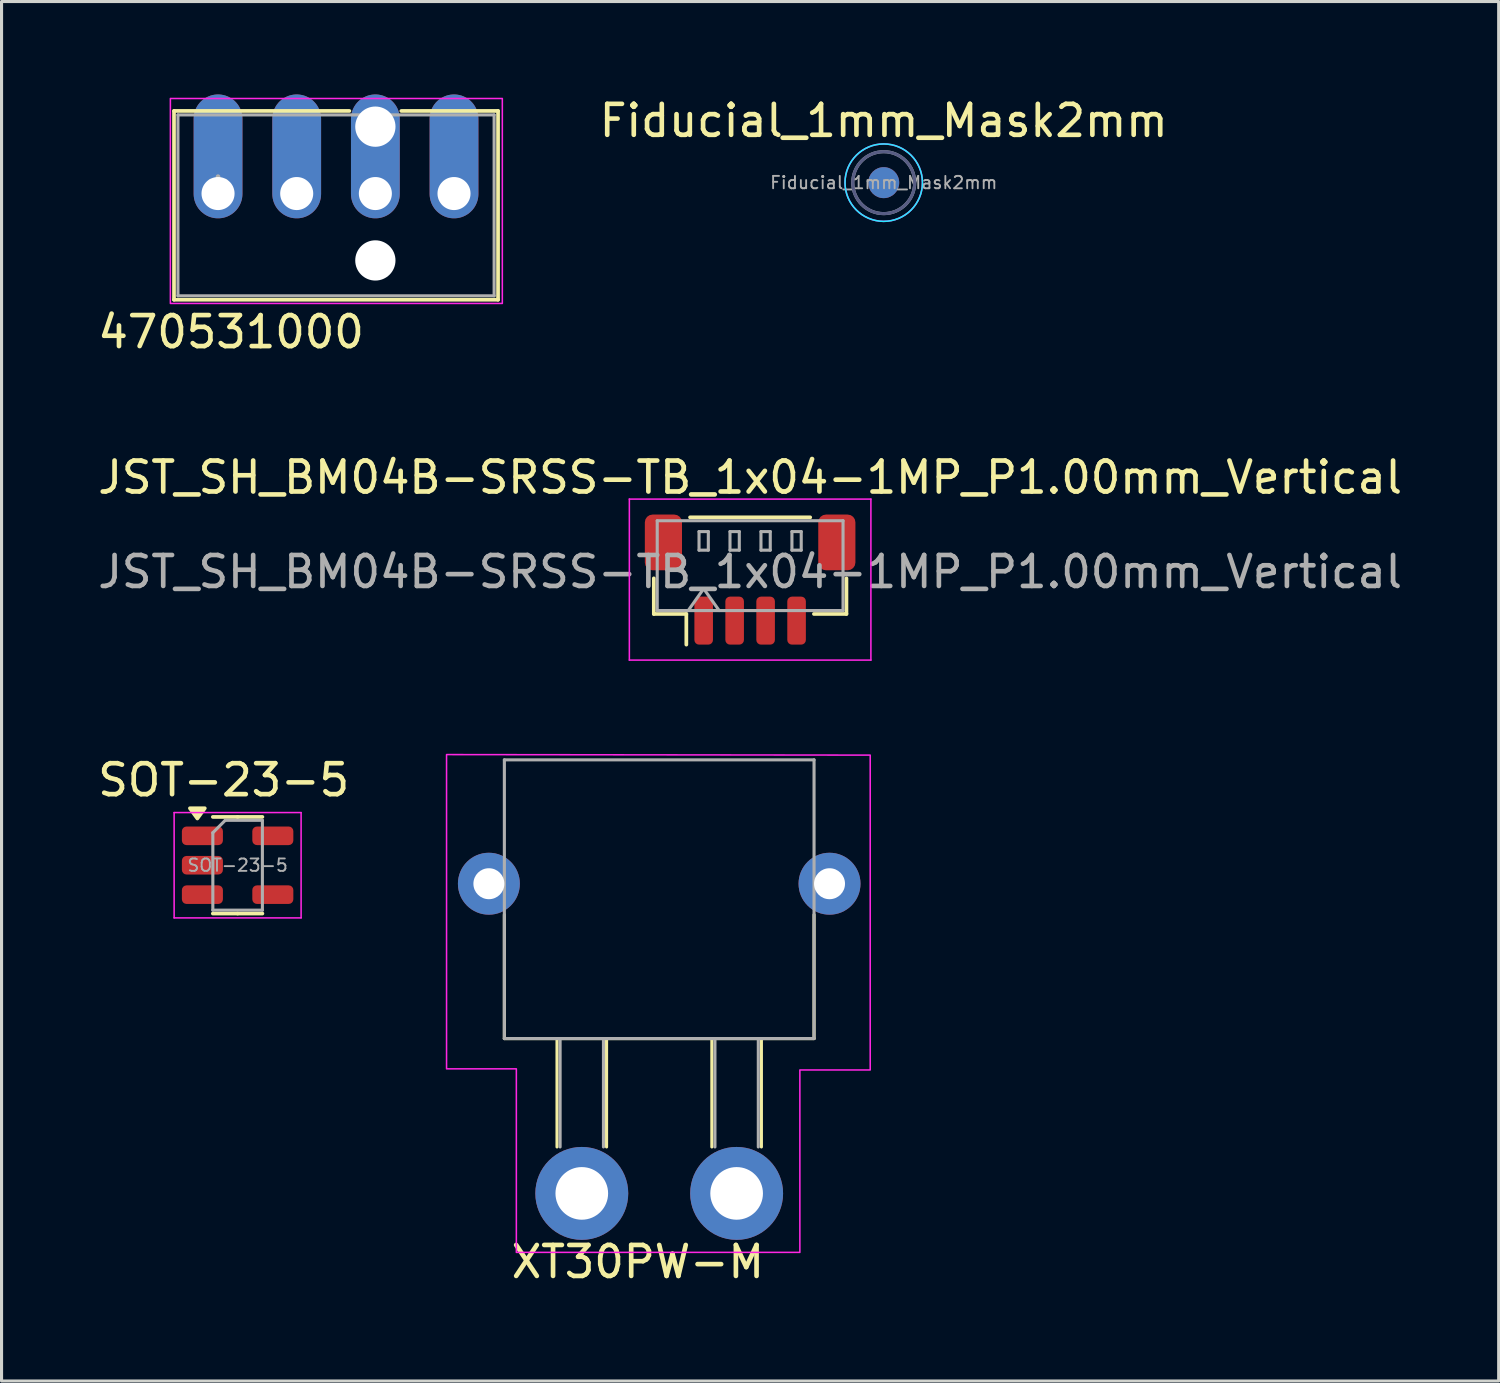
<source format=kicad_pcb>
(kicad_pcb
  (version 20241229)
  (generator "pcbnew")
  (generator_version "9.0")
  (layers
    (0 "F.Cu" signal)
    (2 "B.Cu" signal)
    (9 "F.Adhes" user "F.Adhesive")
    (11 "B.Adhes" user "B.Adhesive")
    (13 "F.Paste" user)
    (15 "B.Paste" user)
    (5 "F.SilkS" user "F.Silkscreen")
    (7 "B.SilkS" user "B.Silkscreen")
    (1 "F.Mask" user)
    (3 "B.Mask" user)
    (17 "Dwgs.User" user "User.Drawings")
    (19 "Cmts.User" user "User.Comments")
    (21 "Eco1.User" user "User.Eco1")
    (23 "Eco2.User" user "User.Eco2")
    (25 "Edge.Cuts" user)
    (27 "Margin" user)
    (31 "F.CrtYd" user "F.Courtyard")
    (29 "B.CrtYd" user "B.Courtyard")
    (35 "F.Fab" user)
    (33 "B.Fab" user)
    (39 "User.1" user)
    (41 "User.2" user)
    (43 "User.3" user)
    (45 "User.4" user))
  (footprint "SOT-23-5"
    (layer "F.Cu")
    (at 4.623 24.89)
    (property "Reference" "SOT-23-5" (at -0.45 -2.75 180) (layer "F.SilkS") (effects (font (size 1 1) (thickness 0.15))))
    (attr smd)
    (fp_line (start 0 -1.56) (end -0.8 -1.56) (stroke (width 0.12) (type solid)) (layer "F.SilkS"))
    (fp_line (start 0 -1.56) (end 0.8 -1.56) (stroke (width 0.12) (type solid)) (layer "F.SilkS"))
    (fp_line (start 0 1.56) (end -0.8 1.56) (stroke (width 0.12) (type solid)) (layer "F.SilkS"))
    (fp_line (start 0 1.56) (end 0.8 1.56) (stroke (width 0.12) (type solid)) (layer "F.SilkS"))
    (fp_poly (pts (xy -1.3 -1.51) (xy -1.54 -1.84) (xy -1.06 -1.84) (xy -1.3 -1.51)) (stroke (width 0.12) (type solid)) (fill yes) (layer "F.SilkS"))
    (fp_line (start -2.05 -1.7) (end -2.05 1.7) (stroke (width 0.05) (type solid)) (layer "F.CrtYd"))
    (fp_line (start -2.05 1.7) (end 2.05 1.7) (stroke (width 0.05) (type solid)) (layer "F.CrtYd"))
    (fp_line (start 2.05 -1.7) (end -2.05 -1.7) (stroke (width 0.05) (type solid)) (layer "F.CrtYd"))
    (fp_line (start 2.05 1.7) (end 2.05 -1.7) (stroke (width 0.05) (type solid)) (layer "F.CrtYd"))
    (fp_line (start -0.8 -1.05) (end -0.4 -1.45) (stroke (width 0.1) (type solid)) (layer "F.Fab"))
    (fp_line (start -0.8 1.45) (end -0.8 -1.05) (stroke (width 0.1) (type solid)) (layer "F.Fab"))
    (fp_line (start -0.4 -1.45) (end 0.8 -1.45) (stroke (width 0.1) (type solid)) (layer "F.Fab"))
    (fp_line (start 0.8 -1.45) (end 0.8 1.45) (stroke (width 0.1) (type solid)) (layer "F.Fab"))
    (fp_line (start 0.8 1.45) (end -0.8 1.45) (stroke (width 0.1) (type solid)) (layer "F.Fab"))
    (fp_text user "${REFERENCE}" (at 0 0 180) (layer "F.Fab") (effects (font (size 0.4 0.4) (thickness 0.06))))
    (pad "1" smd roundrect (at -1.137 -0.95) (size 1.325 0.6) (layers "F.Cu" "F.Mask" "F.Paste") (roundrect_rratio 0.25))
    (pad "2" smd roundrect (at -1.137 0) (size 1.325 0.6) (layers "F.Cu" "F.Mask" "F.Paste") (roundrect_rratio 0.25))
    (pad "3" smd roundrect (at -1.137 0.95) (size 1.325 0.6) (layers "F.Cu" "F.Mask" "F.Paste") (roundrect_rratio 0.25))
    (pad "4" smd roundrect (at 1.137 0.95) (size 1.325 0.6) (layers "F.Cu" "F.Mask" "F.Paste") (roundrect_rratio 0.25))
    (pad "5" smd roundrect (at 1.137 -0.95) (size 1.325 0.6) (layers "F.Cu" "F.Mask" "F.Paste") (roundrect_rratio 0.25)))
  (footprint "JST_SH_BM04B-SRSS-TB_1x04-1MP_P1.00mm_Vertical"
    (layer "F.Cu")
    (at 21.173 15.666)
    (property "Reference" "JST_SH_BM04B-SRSS-TB_1x04-1MP_P1.00mm_Vertical" (at 0 -3.3 180) (layer "F.SilkS") (effects (font (size 1 1) (thickness 0.15))))
    (attr smd)
    (fp_line (start -3.11 -0.04) (end -3.11 1.11) (stroke (width 0.12) (type solid)) (layer "F.SilkS"))
    (fp_line (start -3.11 1.11) (end -2.06 1.11) (stroke (width 0.12) (type solid)) (layer "F.SilkS"))
    (fp_line (start -2.06 1.11) (end -2.06 2.1) (stroke (width 0.12) (type solid)) (layer "F.SilkS"))
    (fp_line (start -1.94 -2.01) (end 1.94 -2.01) (stroke (width 0.12) (type solid)) (layer "F.SilkS"))
    (fp_line (start 3.11 -0.04) (end 3.11 1.11) (stroke (width 0.12) (type solid)) (layer "F.SilkS"))
    (fp_line (start 3.11 1.11) (end 2.06 1.11) (stroke (width 0.12) (type solid)) (layer "F.SilkS"))
    (fp_line (start -3.9 -2.6) (end -3.9 2.6) (stroke (width 0.05) (type solid)) (layer "F.CrtYd"))
    (fp_line (start -3.9 2.6) (end 3.9 2.6) (stroke (width 0.05) (type solid)) (layer "F.CrtYd"))
    (fp_line (start 3.9 -2.6) (end -3.9 -2.6) (stroke (width 0.05) (type solid)) (layer "F.CrtYd"))
    (fp_line (start 3.9 2.6) (end 3.9 -2.6) (stroke (width 0.05) (type solid)) (layer "F.CrtYd"))
    (fp_line (start -3 -1.9) (end 3 -1.9) (stroke (width 0.1) (type solid)) (layer "F.Fab"))
    (fp_line (start -3 1) (end -3 -1.9) (stroke (width 0.1) (type solid)) (layer "F.Fab"))
    (fp_line (start -3 1) (end 3 1) (stroke (width 0.1) (type solid)) (layer "F.Fab"))
    (fp_line (start -2 1) (end -1.5 0.293) (stroke (width 0.1) (type solid)) (layer "F.Fab"))
    (fp_line (start -1.65 -1.55) (end -1.65 -0.95) (stroke (width 0.1) (type solid)) (layer "F.Fab"))
    (fp_line (start -1.65 -0.95) (end -1.35 -0.95) (stroke (width 0.1) (type solid)) (layer "F.Fab"))
    (fp_line (start -1.5 0.293) (end -1 1) (stroke (width 0.1) (type solid)) (layer "F.Fab"))
    (fp_line (start -1.35 -1.55) (end -1.65 -1.55) (stroke (width 0.1) (type solid)) (layer "F.Fab"))
    (fp_line (start -1.35 -0.95) (end -1.35 -1.55) (stroke (width 0.1) (type solid)) (layer "F.Fab"))
    (fp_line (start -0.65 -1.55) (end -0.65 -0.95) (stroke (width 0.1) (type solid)) (layer "F.Fab"))
    (fp_line (start -0.65 -0.95) (end -0.35 -0.95) (stroke (width 0.1) (type solid)) (layer "F.Fab"))
    (fp_line (start -0.35 -1.55) (end -0.65 -1.55) (stroke (width 0.1) (type solid)) (layer "F.Fab"))
    (fp_line (start -0.35 -0.95) (end -0.35 -1.55) (stroke (width 0.1) (type solid)) (layer "F.Fab"))
    (fp_line (start 0.35 -1.55) (end 0.35 -0.95) (stroke (width 0.1) (type solid)) (layer "F.Fab"))
    (fp_line (start 0.35 -0.95) (end 0.65 -0.95) (stroke (width 0.1) (type solid)) (layer "F.Fab"))
    (fp_line (start 0.65 -1.55) (end 0.35 -1.55) (stroke (width 0.1) (type solid)) (layer "F.Fab"))
    (fp_line (start 0.65 -0.95) (end 0.65 -1.55) (stroke (width 0.1) (type solid)) (layer "F.Fab"))
    (fp_line (start 1.35 -1.55) (end 1.35 -0.95) (stroke (width 0.1) (type solid)) (layer "F.Fab"))
    (fp_line (start 1.35 -0.95) (end 1.65 -0.95) (stroke (width 0.1) (type solid)) (layer "F.Fab"))
    (fp_line (start 1.65 -1.55) (end 1.35 -1.55) (stroke (width 0.1) (type solid)) (layer "F.Fab"))
    (fp_line (start 1.65 -0.95) (end 1.65 -1.55) (stroke (width 0.1) (type solid)) (layer "F.Fab"))
    (fp_line (start 3 1) (end 3 -1.9) (stroke (width 0.1) (type solid)) (layer "F.Fab"))
    (fp_text user "${REFERENCE}" (at 0 -0.25 180) (layer "F.Fab") (effects (font (size 1 1) (thickness 0.15))))
    (pad "1" smd roundrect (at -1.5 1.325) (size 0.6 1.55) (layers "F.Cu" "F.Mask" "F.Paste") (roundrect_rratio 0.25))
    (pad "2" smd roundrect (at -0.5 1.325) (size 0.6 1.55) (layers "F.Cu" "F.Mask" "F.Paste") (roundrect_rratio 0.25))
    (pad "3" smd roundrect (at 0.5 1.325) (size 0.6 1.55) (layers "F.Cu" "F.Mask" "F.Paste") (roundrect_rratio 0.25))
    (pad "4" smd roundrect (at 1.5 1.325) (size 0.6 1.55) (layers "F.Cu" "F.Mask" "F.Paste") (roundrect_rratio 0.25))
    (pad "MP" smd roundrect (at -2.8 -1.2) (size 1.2 1.8) (layers "F.Cu" "F.Mask" "F.Paste") (roundrect_rratio 0.208))
    (pad "MP" smd roundrect (at 2.8 -1.2) (size 1.2 1.8) (layers "F.Cu" "F.Mask" "F.Paste") (roundrect_rratio 0.208)))
  (footprint "470531000"
    (layer "F.Cu")
    (at 7.801 3.2)
    (property "Reference" "470531000" (at -3.39 4.47 0) (layer "F.SilkS") (effects (font (size 1 1) (thickness 0.15))))
    (attr through_hole)
    (fp_line (start -5.232 -2.667) (end -5.232 3.429) (stroke (width 0.12) (type solid)) (layer "F.SilkS"))
    (fp_line (start -5.232 3.429) (end 5.232 3.429) (stroke (width 0.12) (type solid)) (layer "F.SilkS"))
    (fp_line (start 0.431 -2.667) (end -5.232 -2.667) (stroke (width 0.12) (type solid)) (layer "F.SilkS"))
    (fp_line (start 5.232 -2.667) (end 2.109 -2.667) (stroke (width 0.12) (type solid)) (layer "F.SilkS"))
    (fp_line (start 5.232 3.429) (end 5.232 -2.667) (stroke (width 0.12) (type solid)) (layer "F.SilkS"))
    (fp_rect (start -5.349 -3.07) (end 5.37 3.548) (stroke (width 0.05) (type solid)) (fill no) (layer "F.CrtYd"))
    (fp_line (start -5.105 -2.54) (end -5.105 3.302) (stroke (width 0.1) (type solid)) (layer "F.Fab"))
    (fp_line (start -5.105 3.302) (end 5.105 3.302) (stroke (width 0.1) (type solid)) (layer "F.Fab"))
    (fp_line (start 5.105 -2.54) (end -5.105 -2.54) (stroke (width 0.1) (type solid)) (layer "F.Fab"))
    (fp_line (start 5.105 3.302) (end 5.105 -2.54) (stroke (width 0.1) (type solid)) (layer "F.Fab"))
    (fp_text user "*" (at -3.81 0 0) (layer "F.Fab") (effects (font (size 1 1) (thickness 0.15))))
    (pad "" np_thru_hole circle (at 1.27 2.16 90) (size 1.3 1.3) (drill 1.3) (layers "*.Cu" "*.Mask"))
    (pad "1" thru_hole oval (at -3.81 0 180) (size 1.575 4) (drill 1.067 (offset 0 1.2)) (layers "*.Cu" "*.Mask"))
    (pad "2" thru_hole oval (at -1.27 0 180) (size 1.575 4) (drill 1.067 (offset 0 1.2)) (layers "*.Cu" "*.Mask"))
    (pad "3" thru_hole circle (at 1.27 -2.16 90) (size 1.5 1.5) (drill 1.3) (layers "*.Cu" "*.Mask"))
    (pad "3" thru_hole oval (at 1.27 0 180) (size 1.575 4) (drill 1.067 (offset 0 1.2)) (layers "*.Cu" "*.Mask"))
    (pad "4" thru_hole oval (at 3.81 0 180) (size 1.575 4) (drill 1.067 (offset 0 1.2)) (layers "*.Cu" "*.Mask")))
  (footprint "XT30PW-M"
    (layer "F.Cu")
    (at 18.237 35.487)
    (property "Reference" "XT30PW-M" (at -0.69 2.21 0) (unlocked yes) (layer "F.SilkS") (effects (font (size 1 1) (thickness 0.15))))
    (attr smd)
    (fp_line (start -5 -5) (end -5 -9) (stroke (width 0.1) (type default)) (layer "F.SilkS"))
    (fp_line (start -5 -5) (end 5 -5) (stroke (width 0.1) (type default)) (layer "F.SilkS"))
    (fp_line (start -3.3 -5) (end -3.3 -1.5) (stroke (width 0.1) (type default)) (layer "F.SilkS"))
    (fp_line (start -1.7 -5) (end -1.7 -1.5) (stroke (width 0.1) (type default)) (layer "F.SilkS"))
    (fp_line (start 1.7 -5) (end 1.7 -1.5) (stroke (width 0.1) (type default)) (layer "F.SilkS"))
    (fp_line (start 3.3 -5) (end 3.3 -1.5) (stroke (width 0.1) (type default)) (layer "F.SilkS"))
    (fp_line (start 5 -5) (end 5 -9) (stroke (width 0.1) (type default)) (layer "F.SilkS"))
    (fp_poly (pts (xy 6.814 -14.153) (xy 6.814 -3.986) (xy 4.542 -3.986) (xy 4.542 1.905) (xy -4.613 1.905) (xy -4.613 -4.022) (xy -6.867 -4.022) (xy -6.867 -14.17)) (stroke (width 0.05) (type solid)) (fill no) (layer "F.CrtYd"))
    (fp_line (start -5 -14) (end 5 -14) (stroke (width 0.1) (type default)) (layer "F.Fab"))
    (fp_line (start -5 -5) (end -5 -14) (stroke (width 0.1) (type default)) (layer "F.Fab"))
    (fp_line (start -3.2 -1.5) (end -3.2 -5) (stroke (width 0.1) (type default)) (layer "F.Fab"))
    (fp_line (start -1.8 -1.5) (end -1.8 -5) (stroke (width 0.1) (type default)) (layer "F.Fab"))
    (fp_line (start 1.8 -1.5) (end 1.8 -5) (stroke (width 0.1) (type default)) (layer "F.Fab"))
    (fp_line (start 3.2 -1.5) (end 3.2 -5) (stroke (width 0.1) (type default)) (layer "F.Fab"))
    (fp_line (start 5 -14) (end 5 -5) (stroke (width 0.1) (type default)) (layer "F.Fab"))
    (fp_line (start 5 -5) (end -5 -5) (stroke (width 0.1) (type default)) (layer "F.Fab"))
    (pad "1" thru_hole circle (at -2.5 0) (size 3 3) (drill 1.7) (layers "*.Cu" "*.Mask"))
    (pad "2" thru_hole circle (at 2.5 0) (size 3 3) (drill 1.7) (layers "*.Cu" "*.Mask"))
    (pad "3" thru_hole circle (at -5.5 -10) (size 2 2) (drill 1) (layers "*.Cu" "*.Mask"))
    (pad "4" thru_hole circle (at 5.5 -10) (size 2 2) (drill 1) (layers "*.Cu" "*.Mask")))
  (footprint "Fiducial_1mm_Mask2mm"
    (layer "F.Cu")
    (at 25.487 2.848)
    (property "Reference" "Fiducial_1mm_Mask2mm" (at 0 -2 0) (layer "F.SilkS") (effects (font (size 1 1) (thickness 0.15))))
    (attr smd)
    (fp_circle (center 0 0) (end 1 0) (stroke (width 0.1) (type solid)) (fill yes) (layer "B.Mask"))
    (fp_circle (center 0 0) (end 1.25 0) (stroke (width 0.05) (type solid)) (fill no) (layer "B.CrtYd"))
    (fp_circle (center 0 0) (end 1.25 0) (stroke (width 0.05) (type solid)) (fill no) (layer "F.CrtYd"))
    (fp_circle (center 0 0) (end 1 0) (stroke (width 0.1) (type solid)) (fill no) (layer "B.Fab"))
    (fp_circle (center 0 0) (end 1 0) (stroke (width 0.1) (type solid)) (fill no) (layer "F.Fab"))
    (fp_text user "${REFERENCE}" (at 0 0 0) (layer "F.Fab") (effects (font (size 0.4 0.4) (thickness 0.06))))
    (pad "" smd circle (at 0 0) (size 1 1) (layers "F.Cu" "F.Mask"))
    (pad "" smd circle (at 0 0) (size 1 1) (layers "B.Cu" "B.Mask")))
  (gr_rect
    (start -3 -3)
    (end 45.345 41.545)
    (stroke (width 0.1) (type default))
    (fill no)
    (layer "Edge.Cuts")))
</source>
